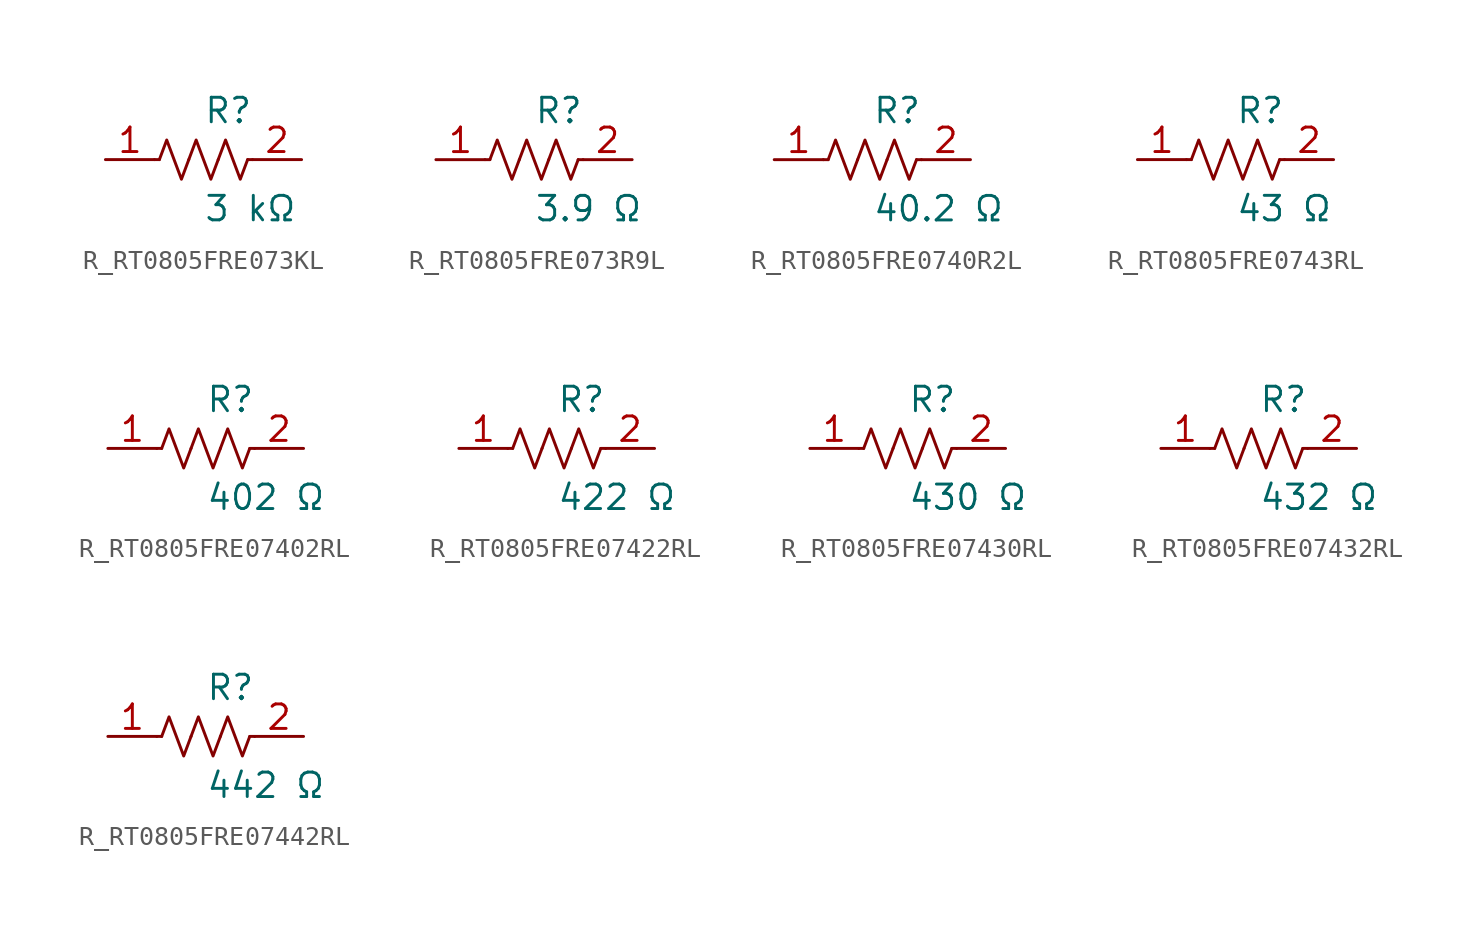
<source format=kicad_sym>
(kicad_symbol_lib
  (version 20231120)
  (generator kicad_symbol_editor)
  (generator_version 8.0)
  (symbol "R_RT0805FRE073KL"
    (pin_names
      (offset 0.254))
    (property "Reference" "R"
      (at 0.0 2.54 0)
      (effects (font (size 1.27 1.27)) (justify left)))
    (property "Value" "3 kΩ"
      (at 0.0 -2.54 0)
      (effects (font (size 1.27 1.27)) (justify left)))
    (symbol "R_RT0805FRE073KL_0_1"
      (polyline (pts (xy 2.286 0) (xy 2.54 0)) (stroke (width 0) (type default)) (fill (type none)))
      (polyline (pts (xy -2.286 0) (xy -2.54 0)) (stroke (width 0) (type default)) (fill (type none)))
      (polyline (pts (xy 0.762 0) (xy 1.143 1.016) (xy 1.524 0) (xy 1.905 -1.016) (xy 2.286 0)) (stroke (width 0) (type default)) (fill (type none)))
      (polyline (pts (xy -0.762 0) (xy -0.381 1.016) (xy 0 0) (xy 0.381 -1.016) (xy 0.762 0)) (stroke (width 0) (type default)) (fill (type none)))
      (polyline (pts (xy -2.286 0) (xy -1.905 1.016) (xy -1.524 0) (xy -1.143 -1.016) (xy -0.762 0)) (stroke (width 0) (type default)) (fill (type none))))
    (pin unspecified line
      (at -5.08 0 0)
      (length 2.54)
      (name "" (effects (font (size 1.27 1.27))))
      (number "1" (effects (font (size 1.27 1.27)))))
    (pin unspecified line
      (at 5.08 0 180)
      (length 2.54)
      (name "" (effects (font (size 1.27 1.27))))
      (number "2" (effects (font (size 1.27 1.27))))))
  (symbol "R_RT0805FRE073R9L"
    (pin_names
      (offset 0.254))
    (property "Reference" "R"
      (at 0.0 2.54 0)
      (effects (font (size 1.27 1.27)) (justify left)))
    (property "Value" "3.9 Ω"
      (at 0.0 -2.54 0)
      (effects (font (size 1.27 1.27)) (justify left)))
    (symbol "R_RT0805FRE073R9L_0_1"
      (polyline (pts (xy 2.286 0) (xy 2.54 0)) (stroke (width 0) (type default)) (fill (type none)))
      (polyline (pts (xy -2.286 0) (xy -2.54 0)) (stroke (width 0) (type default)) (fill (type none)))
      (polyline (pts (xy 0.762 0) (xy 1.143 1.016) (xy 1.524 0) (xy 1.905 -1.016) (xy 2.286 0)) (stroke (width 0) (type default)) (fill (type none)))
      (polyline (pts (xy -0.762 0) (xy -0.381 1.016) (xy 0 0) (xy 0.381 -1.016) (xy 0.762 0)) (stroke (width 0) (type default)) (fill (type none)))
      (polyline (pts (xy -2.286 0) (xy -1.905 1.016) (xy -1.524 0) (xy -1.143 -1.016) (xy -0.762 0)) (stroke (width 0) (type default)) (fill (type none))))
    (pin unspecified line
      (at -5.08 0 0)
      (length 2.54)
      (name "" (effects (font (size 1.27 1.27))))
      (number "1" (effects (font (size 1.27 1.27)))))
    (pin unspecified line
      (at 5.08 0 180)
      (length 2.54)
      (name "" (effects (font (size 1.27 1.27))))
      (number "2" (effects (font (size 1.27 1.27))))))
  (symbol "R_RT0805FRE0740R2L"
    (pin_names
      (offset 0.254))
    (property "Reference" "R"
      (at 0.0 2.54 0)
      (effects (font (size 1.27 1.27)) (justify left)))
    (property "Value" "40.2 Ω"
      (at 0.0 -2.54 0)
      (effects (font (size 1.27 1.27)) (justify left)))
    (symbol "R_RT0805FRE0740R2L_0_1"
      (polyline (pts (xy 2.286 0) (xy 2.54 0)) (stroke (width 0) (type default)) (fill (type none)))
      (polyline (pts (xy -2.286 0) (xy -2.54 0)) (stroke (width 0) (type default)) (fill (type none)))
      (polyline (pts (xy 0.762 0) (xy 1.143 1.016) (xy 1.524 0) (xy 1.905 -1.016) (xy 2.286 0)) (stroke (width 0) (type default)) (fill (type none)))
      (polyline (pts (xy -0.762 0) (xy -0.381 1.016) (xy 0 0) (xy 0.381 -1.016) (xy 0.762 0)) (stroke (width 0) (type default)) (fill (type none)))
      (polyline (pts (xy -2.286 0) (xy -1.905 1.016) (xy -1.524 0) (xy -1.143 -1.016) (xy -0.762 0)) (stroke (width 0) (type default)) (fill (type none))))
    (pin unspecified line
      (at -5.08 0 0)
      (length 2.54)
      (name "" (effects (font (size 1.27 1.27))))
      (number "1" (effects (font (size 1.27 1.27)))))
    (pin unspecified line
      (at 5.08 0 180)
      (length 2.54)
      (name "" (effects (font (size 1.27 1.27))))
      (number "2" (effects (font (size 1.27 1.27))))))
  (symbol "R_RT0805FRE0743RL"
    (pin_names
      (offset 0.254))
    (property "Reference" "R"
      (at 0.0 2.54 0)
      (effects (font (size 1.27 1.27)) (justify left)))
    (property "Value" "43 Ω"
      (at 0.0 -2.54 0)
      (effects (font (size 1.27 1.27)) (justify left)))
    (symbol "R_RT0805FRE0743RL_0_1"
      (polyline (pts (xy 2.286 0) (xy 2.54 0)) (stroke (width 0) (type default)) (fill (type none)))
      (polyline (pts (xy -2.286 0) (xy -2.54 0)) (stroke (width 0) (type default)) (fill (type none)))
      (polyline (pts (xy 0.762 0) (xy 1.143 1.016) (xy 1.524 0) (xy 1.905 -1.016) (xy 2.286 0)) (stroke (width 0) (type default)) (fill (type none)))
      (polyline (pts (xy -0.762 0) (xy -0.381 1.016) (xy 0 0) (xy 0.381 -1.016) (xy 0.762 0)) (stroke (width 0) (type default)) (fill (type none)))
      (polyline (pts (xy -2.286 0) (xy -1.905 1.016) (xy -1.524 0) (xy -1.143 -1.016) (xy -0.762 0)) (stroke (width 0) (type default)) (fill (type none))))
    (pin unspecified line
      (at -5.08 0 0)
      (length 2.54)
      (name "" (effects (font (size 1.27 1.27))))
      (number "1" (effects (font (size 1.27 1.27)))))
    (pin unspecified line
      (at 5.08 0 180)
      (length 2.54)
      (name "" (effects (font (size 1.27 1.27))))
      (number "2" (effects (font (size 1.27 1.27))))))
  (symbol "R_RT0805FRE07402RL"
    (pin_names
      (offset 0.254))
    (property "Reference" "R"
      (at 0.0 2.54 0)
      (effects (font (size 1.27 1.27)) (justify left)))
    (property "Value" "402 Ω"
      (at 0.0 -2.54 0)
      (effects (font (size 1.27 1.27)) (justify left)))
    (symbol "R_RT0805FRE07402RL_0_1"
      (polyline (pts (xy 2.286 0) (xy 2.54 0)) (stroke (width 0) (type default)) (fill (type none)))
      (polyline (pts (xy -2.286 0) (xy -2.54 0)) (stroke (width 0) (type default)) (fill (type none)))
      (polyline (pts (xy 0.762 0) (xy 1.143 1.016) (xy 1.524 0) (xy 1.905 -1.016) (xy 2.286 0)) (stroke (width 0) (type default)) (fill (type none)))
      (polyline (pts (xy -0.762 0) (xy -0.381 1.016) (xy 0 0) (xy 0.381 -1.016) (xy 0.762 0)) (stroke (width 0) (type default)) (fill (type none)))
      (polyline (pts (xy -2.286 0) (xy -1.905 1.016) (xy -1.524 0) (xy -1.143 -1.016) (xy -0.762 0)) (stroke (width 0) (type default)) (fill (type none))))
    (pin unspecified line
      (at -5.08 0 0)
      (length 2.54)
      (name "" (effects (font (size 1.27 1.27))))
      (number "1" (effects (font (size 1.27 1.27)))))
    (pin unspecified line
      (at 5.08 0 180)
      (length 2.54)
      (name "" (effects (font (size 1.27 1.27))))
      (number "2" (effects (font (size 1.27 1.27))))))
  (symbol "R_RT0805FRE07422RL"
    (pin_names
      (offset 0.254))
    (property "Reference" "R"
      (at 0.0 2.54 0)
      (effects (font (size 1.27 1.27)) (justify left)))
    (property "Value" "422 Ω"
      (at 0.0 -2.54 0)
      (effects (font (size 1.27 1.27)) (justify left)))
    (symbol "R_RT0805FRE07422RL_0_1"
      (polyline (pts (xy 2.286 0) (xy 2.54 0)) (stroke (width 0) (type default)) (fill (type none)))
      (polyline (pts (xy -2.286 0) (xy -2.54 0)) (stroke (width 0) (type default)) (fill (type none)))
      (polyline (pts (xy 0.762 0) (xy 1.143 1.016) (xy 1.524 0) (xy 1.905 -1.016) (xy 2.286 0)) (stroke (width 0) (type default)) (fill (type none)))
      (polyline (pts (xy -0.762 0) (xy -0.381 1.016) (xy 0 0) (xy 0.381 -1.016) (xy 0.762 0)) (stroke (width 0) (type default)) (fill (type none)))
      (polyline (pts (xy -2.286 0) (xy -1.905 1.016) (xy -1.524 0) (xy -1.143 -1.016) (xy -0.762 0)) (stroke (width 0) (type default)) (fill (type none))))
    (pin unspecified line
      (at -5.08 0 0)
      (length 2.54)
      (name "" (effects (font (size 1.27 1.27))))
      (number "1" (effects (font (size 1.27 1.27)))))
    (pin unspecified line
      (at 5.08 0 180)
      (length 2.54)
      (name "" (effects (font (size 1.27 1.27))))
      (number "2" (effects (font (size 1.27 1.27))))))
  (symbol "R_RT0805FRE07430RL"
    (pin_names
      (offset 0.254))
    (property "Reference" "R"
      (at 0.0 2.54 0)
      (effects (font (size 1.27 1.27)) (justify left)))
    (property "Value" "430 Ω"
      (at 0.0 -2.54 0)
      (effects (font (size 1.27 1.27)) (justify left)))
    (symbol "R_RT0805FRE07430RL_0_1"
      (polyline (pts (xy 2.286 0) (xy 2.54 0)) (stroke (width 0) (type default)) (fill (type none)))
      (polyline (pts (xy -2.286 0) (xy -2.54 0)) (stroke (width 0) (type default)) (fill (type none)))
      (polyline (pts (xy 0.762 0) (xy 1.143 1.016) (xy 1.524 0) (xy 1.905 -1.016) (xy 2.286 0)) (stroke (width 0) (type default)) (fill (type none)))
      (polyline (pts (xy -0.762 0) (xy -0.381 1.016) (xy 0 0) (xy 0.381 -1.016) (xy 0.762 0)) (stroke (width 0) (type default)) (fill (type none)))
      (polyline (pts (xy -2.286 0) (xy -1.905 1.016) (xy -1.524 0) (xy -1.143 -1.016) (xy -0.762 0)) (stroke (width 0) (type default)) (fill (type none))))
    (pin unspecified line
      (at -5.08 0 0)
      (length 2.54)
      (name "" (effects (font (size 1.27 1.27))))
      (number "1" (effects (font (size 1.27 1.27)))))
    (pin unspecified line
      (at 5.08 0 180)
      (length 2.54)
      (name "" (effects (font (size 1.27 1.27))))
      (number "2" (effects (font (size 1.27 1.27))))))
  (symbol "R_RT0805FRE07432RL"
    (pin_names
      (offset 0.254))
    (property "Reference" "R"
      (at 0.0 2.54 0)
      (effects (font (size 1.27 1.27)) (justify left)))
    (property "Value" "432 Ω"
      (at 0.0 -2.54 0)
      (effects (font (size 1.27 1.27)) (justify left)))
    (symbol "R_RT0805FRE07432RL_0_1"
      (polyline (pts (xy 2.286 0) (xy 2.54 0)) (stroke (width 0) (type default)) (fill (type none)))
      (polyline (pts (xy -2.286 0) (xy -2.54 0)) (stroke (width 0) (type default)) (fill (type none)))
      (polyline (pts (xy 0.762 0) (xy 1.143 1.016) (xy 1.524 0) (xy 1.905 -1.016) (xy 2.286 0)) (stroke (width 0) (type default)) (fill (type none)))
      (polyline (pts (xy -0.762 0) (xy -0.381 1.016) (xy 0 0) (xy 0.381 -1.016) (xy 0.762 0)) (stroke (width 0) (type default)) (fill (type none)))
      (polyline (pts (xy -2.286 0) (xy -1.905 1.016) (xy -1.524 0) (xy -1.143 -1.016) (xy -0.762 0)) (stroke (width 0) (type default)) (fill (type none))))
    (pin unspecified line
      (at -5.08 0 0)
      (length 2.54)
      (name "" (effects (font (size 1.27 1.27))))
      (number "1" (effects (font (size 1.27 1.27)))))
    (pin unspecified line
      (at 5.08 0 180)
      (length 2.54)
      (name "" (effects (font (size 1.27 1.27))))
      (number "2" (effects (font (size 1.27 1.27))))))
  (symbol "R_RT0805FRE07442RL"
    (pin_names
      (offset 0.254))
    (property "Reference" "R"
      (at 0.0 2.54 0)
      (effects (font (size 1.27 1.27)) (justify left)))
    (property "Value" "442 Ω"
      (at 0.0 -2.54 0)
      (effects (font (size 1.27 1.27)) (justify left)))
    (symbol "R_RT0805FRE07442RL_0_1"
      (polyline (pts (xy 2.286 0) (xy 2.54 0)) (stroke (width 0) (type default)) (fill (type none)))
      (polyline (pts (xy -2.286 0) (xy -2.54 0)) (stroke (width 0) (type default)) (fill (type none)))
      (polyline (pts (xy 0.762 0) (xy 1.143 1.016) (xy 1.524 0) (xy 1.905 -1.016) (xy 2.286 0)) (stroke (width 0) (type default)) (fill (type none)))
      (polyline (pts (xy -0.762 0) (xy -0.381 1.016) (xy 0 0) (xy 0.381 -1.016) (xy 0.762 0)) (stroke (width 0) (type default)) (fill (type none)))
      (polyline (pts (xy -2.286 0) (xy -1.905 1.016) (xy -1.524 0) (xy -1.143 -1.016) (xy -0.762 0)) (stroke (width 0) (type default)) (fill (type none))))
    (pin unspecified line
      (at -5.08 0 0)
      (length 2.54)
      (name "" (effects (font (size 1.27 1.27))))
      (number "1" (effects (font (size 1.27 1.27)))))
    (pin unspecified line
      (at 5.08 0 180)
      (length 2.54)
      (name "" (effects (font (size 1.27 1.27))))
      (number "2" (effects (font (size 1.27 1.27)))))))
</source>
